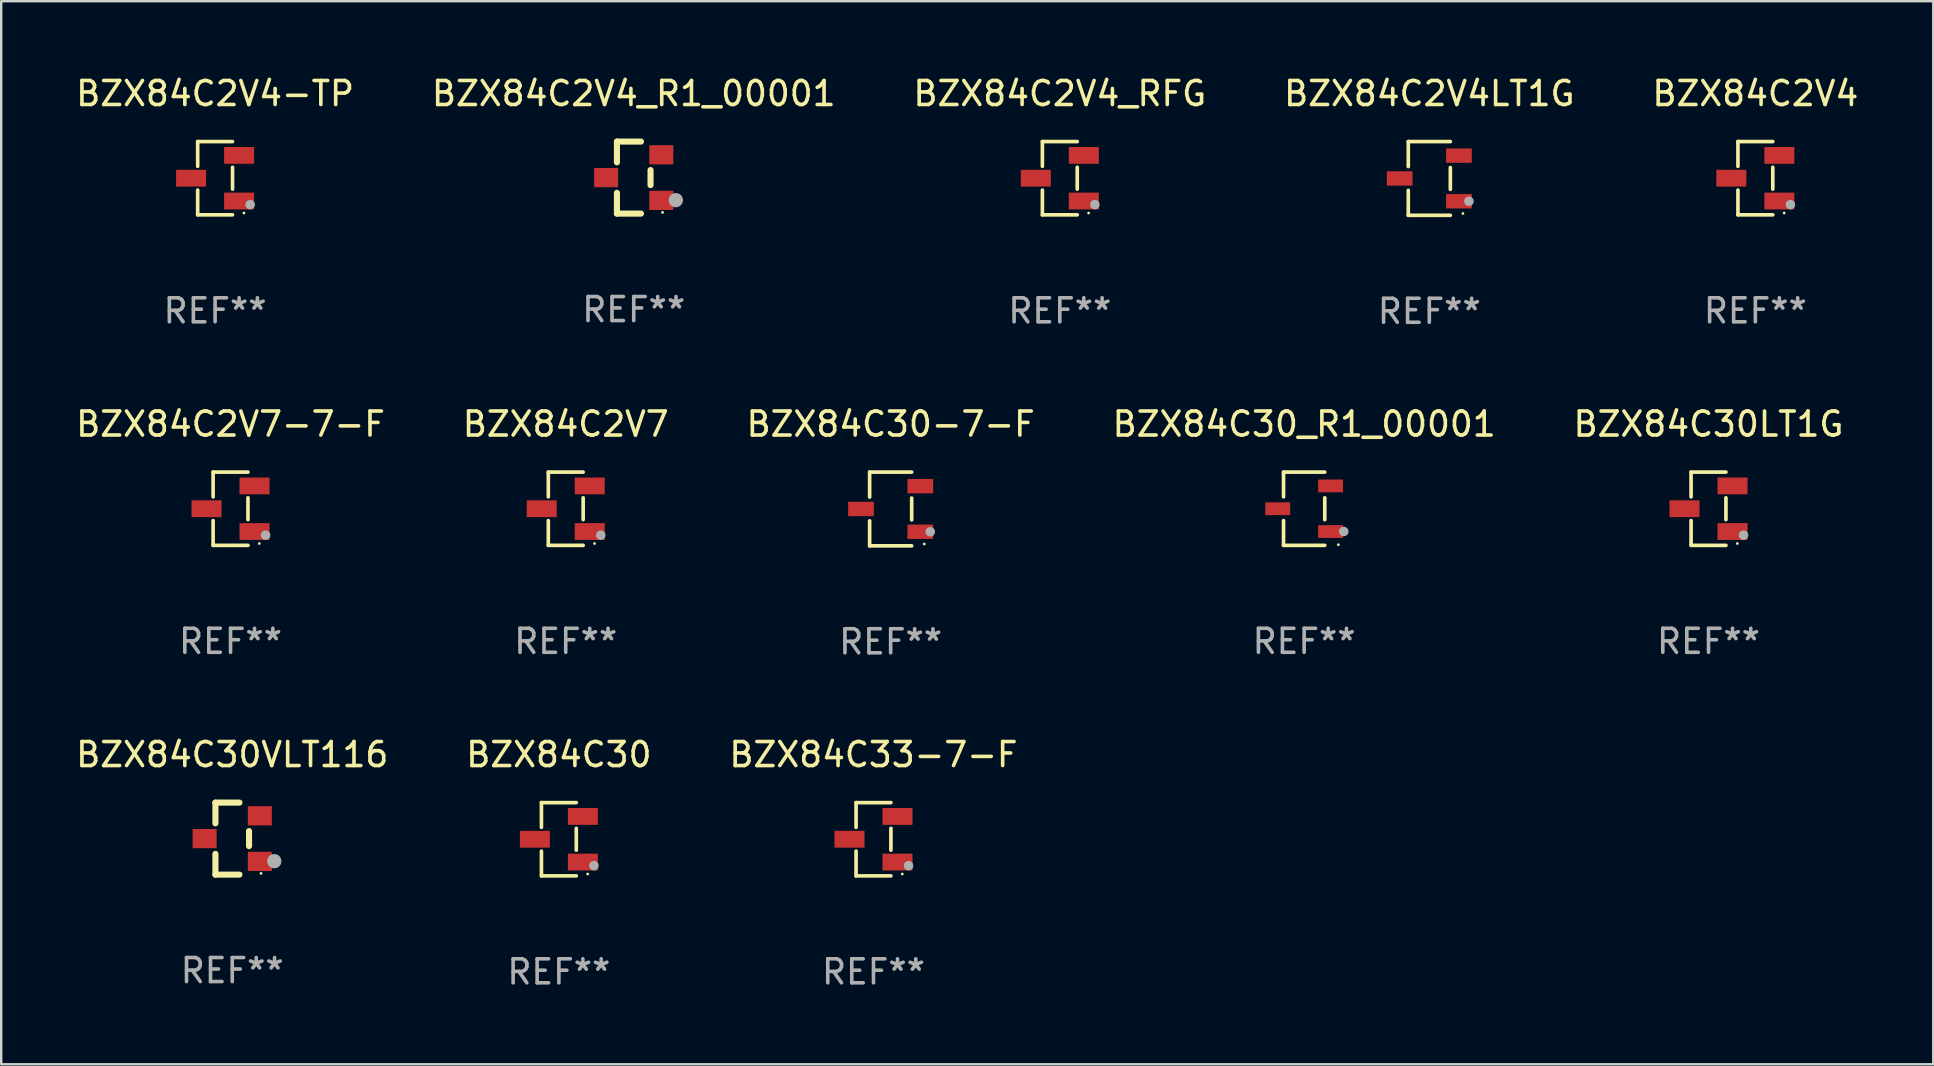
<source format=kicad_pcb>
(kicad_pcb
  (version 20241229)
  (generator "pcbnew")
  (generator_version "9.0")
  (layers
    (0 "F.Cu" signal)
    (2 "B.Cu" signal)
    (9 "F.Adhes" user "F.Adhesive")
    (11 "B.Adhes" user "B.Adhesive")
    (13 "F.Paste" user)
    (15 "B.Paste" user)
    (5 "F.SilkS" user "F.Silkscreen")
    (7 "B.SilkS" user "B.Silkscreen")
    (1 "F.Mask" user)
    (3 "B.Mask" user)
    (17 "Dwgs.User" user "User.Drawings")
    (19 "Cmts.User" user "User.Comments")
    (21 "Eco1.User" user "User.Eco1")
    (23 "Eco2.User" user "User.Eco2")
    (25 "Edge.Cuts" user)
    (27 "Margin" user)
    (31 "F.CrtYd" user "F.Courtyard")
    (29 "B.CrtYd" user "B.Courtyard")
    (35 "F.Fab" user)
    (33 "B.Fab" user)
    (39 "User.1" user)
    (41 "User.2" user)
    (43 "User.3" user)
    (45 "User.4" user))
  (footprint "BZX84C30VLT116"
    (layer "F.Cu")
    (at 6.625 31.886)
    (property "Reference" "BZX84C30VLT116" (at 0 -3.5 0) (layer "F.SilkS") (effects (font (size 1 1) (thickness 0.15))))
    (attr through_hole)
    (fp_line (start -0.7 -1.5) (end 0.3 -1.5) (stroke (width 0.254) (type solid)) (layer "F.SilkS"))
    (fp_line (start -0.7 -0.636) (end -0.7 -1.5) (stroke (width 0.254) (type solid)) (layer "F.SilkS"))
    (fp_line (start -0.7 1.5) (end -0.7 0.636) (stroke (width 0.254) (type solid)) (layer "F.SilkS"))
    (fp_line (start -0.7 1.5) (end 0.3 1.5) (stroke (width 0.254) (type solid)) (layer "F.SilkS"))
    (fp_line (start 0.7 0.314) (end 0.7 -0.314) (stroke (width 0.254) (type solid)) (layer "F.SilkS"))
    (fp_circle (center 1.2 1.45) (end 1.23 1.45) (stroke (width 0.06) (type solid)) (fill no) (layer "F.SilkS"))
    (fp_circle (center 1.753 0.94) (end 1.903 0.94) (stroke (width 0.3) (type solid)) (fill no) (layer "F.Fab"))
    (fp_text user "REF**" (at 0 5.5 0) (layer "F.Fab") (effects (font (size 1 1) (thickness 0.15))))
    (pad "1" smd rect (at 1.15 0.95 180) (size 1 0.8) (layers "F.Cu" "F.Mask" "F.Paste"))
    (pad "2" smd rect (at 1.15 -0.95 180) (size 1 0.8) (layers "F.Cu" "F.Mask" "F.Paste"))
    (pad "3" smd rect (at -1.15 -0.000051 180) (size 1 0.8) (layers "F.Cu" "F.Mask" "F.Paste")))
  (footprint "BZX84C2V4-TP"
    (layer "F.Cu")
    (at 5.911 4.374)
    (property "Reference" "BZX84C2V4-TP" (at 0 -3.526 0) (layer "F.SilkS") (effects (font (size 1 1) (thickness 0.15))))
    (attr through_hole)
    (fp_line (start -0.726 -1.526) (end -0.726 -0.495) (stroke (width 0.152) (type solid)) (layer "F.SilkS"))
    (fp_line (start -0.726 1.526) (end -0.726 0.495) (stroke (width 0.152) (type solid)) (layer "F.SilkS"))
    (fp_line (start 0.726 -1.526) (end -0.726 -1.526) (stroke (width 0.152) (type solid)) (layer "F.SilkS"))
    (fp_line (start 0.726 -0.455) (end 0.726 0.455) (stroke (width 0.152) (type solid)) (layer "F.SilkS"))
    (fp_line (start 0.726 1.526) (end -0.726 1.526) (stroke (width 0.152) (type solid)) (layer "F.SilkS"))
    (fp_circle (center 1.2 1.45) (end 1.23 1.45) (stroke (width 0.06) (type solid)) (fill no) (layer "F.SilkS"))
    (fp_circle (center 1.46 1.1) (end 1.56 1.1) (stroke (width 0.2) (type solid)) (fill no) (layer "F.Fab"))
    (fp_text user "REF**" (at 0 5.526 0) (layer "F.Fab") (effects (font (size 1 1) (thickness 0.15))))
    (pad "1" smd rect (at 1 0.95) (size 1.25 0.7) (layers "F.Cu" "F.Mask" "F.Paste"))
    (pad "2" smd rect (at 1 -0.95) (size 1.25 0.7) (layers "F.Cu" "F.Mask" "F.Paste"))
    (pad "3" smd rect (at -1 0) (size 1.25 0.7) (layers "F.Cu" "F.Mask" "F.Paste")))
  (footprint "BZX84C2V7"
    (layer "F.Cu")
    (at 20.518 18.143)
    (property "Reference" "BZX84C2V7" (at 0 -3.526 0) (layer "F.SilkS") (effects (font (size 1 1) (thickness 0.15))))
    (attr through_hole)
    (fp_line (start -0.726 -1.526) (end -0.726 -0.495) (stroke (width 0.152) (type solid)) (layer "F.SilkS"))
    (fp_line (start -0.726 1.526) (end -0.726 0.495) (stroke (width 0.152) (type solid)) (layer "F.SilkS"))
    (fp_line (start 0.726 -1.526) (end -0.726 -1.526) (stroke (width 0.152) (type solid)) (layer "F.SilkS"))
    (fp_line (start 0.726 -0.455) (end 0.726 0.455) (stroke (width 0.152) (type solid)) (layer "F.SilkS"))
    (fp_line (start 0.726 1.526) (end -0.726 1.526) (stroke (width 0.152) (type solid)) (layer "F.SilkS"))
    (fp_circle (center 1.2 1.45) (end 1.23 1.45) (stroke (width 0.06) (type solid)) (fill no) (layer "F.SilkS"))
    (fp_circle (center 1.46 1.1) (end 1.56 1.1) (stroke (width 0.2) (type solid)) (fill no) (layer "F.Fab"))
    (fp_text user "REF**" (at 0 5.526 0) (layer "F.Fab") (effects (font (size 1 1) (thickness 0.15))))
    (pad "1" smd rect (at 1 0.95) (size 1.25 0.7) (layers "F.Cu" "F.Mask" "F.Paste"))
    (pad "2" smd rect (at 1 -0.95) (size 1.25 0.7) (layers "F.Cu" "F.Mask" "F.Paste"))
    (pad "3" smd rect (at -1 0) (size 1.25 0.7) (layers "F.Cu" "F.Mask" "F.Paste")))
  (footprint "BZX84C2V4_RFG"
    (layer "F.Cu")
    (at 41.101 4.374)
    (property "Reference" "BZX84C2V4_RFG" (at 0 -3.526 0) (layer "F.SilkS") (effects (font (size 1 1) (thickness 0.15))))
    (attr through_hole)
    (fp_line (start -0.726 -1.526) (end -0.726 -0.495) (stroke (width 0.152) (type solid)) (layer "F.SilkS"))
    (fp_line (start -0.726 1.526) (end -0.726 0.495) (stroke (width 0.152) (type solid)) (layer "F.SilkS"))
    (fp_line (start 0.726 -1.526) (end -0.726 -1.526) (stroke (width 0.152) (type solid)) (layer "F.SilkS"))
    (fp_line (start 0.726 -0.455) (end 0.726 0.455) (stroke (width 0.152) (type solid)) (layer "F.SilkS"))
    (fp_line (start 0.726 1.526) (end -0.726 1.526) (stroke (width 0.152) (type solid)) (layer "F.SilkS"))
    (fp_circle (center 1.2 1.45) (end 1.23 1.45) (stroke (width 0.06) (type solid)) (fill no) (layer "F.SilkS"))
    (fp_circle (center 1.46 1.1) (end 1.56 1.1) (stroke (width 0.2) (type solid)) (fill no) (layer "F.Fab"))
    (fp_text user "REF**" (at 0 5.526 0) (layer "F.Fab") (effects (font (size 1 1) (thickness 0.15))))
    (pad "1" smd rect (at 1 0.95) (size 1.25 0.7) (layers "F.Cu" "F.Mask" "F.Paste"))
    (pad "2" smd rect (at 1 -0.95) (size 1.25 0.7) (layers "F.Cu" "F.Mask" "F.Paste"))
    (pad "3" smd rect (at -1 0) (size 1.25 0.7) (layers "F.Cu" "F.Mask" "F.Paste")))
  (footprint "BZX84C30_R1_00001"
    (layer "F.Cu")
    (at 51.28 18.143)
    (property "Reference" "BZX84C30_R1_00001" (at 0 -3.526 0) (layer "F.SilkS") (effects (font (size 1 1) (thickness 0.15))))
    (attr through_hole)
    (fp_line (start -0.859 -1.526) (end -0.859 -0.495) (stroke (width 0.152) (type solid)) (layer "F.SilkS"))
    (fp_line (start -0.859 1.526) (end -0.859 0.495) (stroke (width 0.152) (type solid)) (layer "F.SilkS"))
    (fp_line (start 0.859 -1.526) (end -0.859 -1.526) (stroke (width 0.152) (type solid)) (layer "F.SilkS"))
    (fp_line (start 0.859 -0.455) (end 0.859 0.455) (stroke (width 0.152) (type solid)) (layer "F.SilkS"))
    (fp_line (start 0.859 1.526) (end -0.859 1.526) (stroke (width 0.152) (type solid)) (layer "F.SilkS"))
    (fp_circle (center 1.425 1.5) (end 1.455 1.5) (stroke (width 0.06) (type solid)) (fill no) (layer "F.SilkS"))
    (fp_circle (center 1.65 0.95) (end 1.75 0.95) (stroke (width 0.2) (type solid)) (fill no) (layer "F.Fab"))
    (fp_text user "REF**" (at 0 5.526 0) (layer "F.Fab") (effects (font (size 1 1) (thickness 0.15))))
    (pad "1" smd rect (at 1.101 0.95) (size 1.037 0.532) (layers "F.Cu" "F.Mask" "F.Paste"))
    (pad "2" smd rect (at 1.101 -0.95) (size 1.037 0.532) (layers "F.Cu" "F.Mask" "F.Paste"))
    (pad "3" smd rect (at -1.101 0) (size 1.037 0.532) (layers "F.Cu" "F.Mask" "F.Paste")))
  (footprint "BZX84C2V7-7-F"
    (layer "F.Cu")
    (at 6.554 18.143)
    (property "Reference" "BZX84C2V7-7-F" (at 0 -3.526 0) (layer "F.SilkS") (effects (font (size 1 1) (thickness 0.15))))
    (attr through_hole)
    (fp_line (start -0.726 -1.526) (end -0.726 -0.495) (stroke (width 0.152) (type solid)) (layer "F.SilkS"))
    (fp_line (start -0.726 1.526) (end -0.726 0.495) (stroke (width 0.152) (type solid)) (layer "F.SilkS"))
    (fp_line (start 0.726 -1.526) (end -0.726 -1.526) (stroke (width 0.152) (type solid)) (layer "F.SilkS"))
    (fp_line (start 0.726 -0.455) (end 0.726 0.455) (stroke (width 0.152) (type solid)) (layer "F.SilkS"))
    (fp_line (start 0.726 1.526) (end -0.726 1.526) (stroke (width 0.152) (type solid)) (layer "F.SilkS"))
    (fp_circle (center 1.2 1.45) (end 1.23 1.45) (stroke (width 0.06) (type solid)) (fill no) (layer "F.SilkS"))
    (fp_circle (center 1.46 1.1) (end 1.56 1.1) (stroke (width 0.2) (type solid)) (fill no) (layer "F.Fab"))
    (fp_text user "REF**" (at 0 5.526 0) (layer "F.Fab") (effects (font (size 1 1) (thickness 0.15))))
    (pad "1" smd rect (at 1 0.95) (size 1.25 0.7) (layers "F.Cu" "F.Mask" "F.Paste"))
    (pad "2" smd rect (at 1 -0.95) (size 1.25 0.7) (layers "F.Cu" "F.Mask" "F.Paste"))
    (pad "3" smd rect (at -1 0) (size 1.25 0.7) (layers "F.Cu" "F.Mask" "F.Paste")))
  (footprint "BZX84C2V4"
    (layer "F.Cu")
    (at 70.077 4.374)
    (property "Reference" "BZX84C2V4" (at 0 -3.526 0) (layer "F.SilkS") (effects (font (size 1 1) (thickness 0.15))))
    (attr through_hole)
    (fp_line (start -0.726 -1.526) (end -0.726 -0.495) (stroke (width 0.152) (type solid)) (layer "F.SilkS"))
    (fp_line (start -0.726 1.526) (end -0.726 0.495) (stroke (width 0.152) (type solid)) (layer "F.SilkS"))
    (fp_line (start 0.726 -1.526) (end -0.726 -1.526) (stroke (width 0.152) (type solid)) (layer "F.SilkS"))
    (fp_line (start 0.726 -0.455) (end 0.726 0.455) (stroke (width 0.152) (type solid)) (layer "F.SilkS"))
    (fp_line (start 0.726 1.526) (end -0.726 1.526) (stroke (width 0.152) (type solid)) (layer "F.SilkS"))
    (fp_circle (center 1.2 1.45) (end 1.23 1.45) (stroke (width 0.06) (type solid)) (fill no) (layer "F.SilkS"))
    (fp_circle (center 1.46 1.1) (end 1.56 1.1) (stroke (width 0.2) (type solid)) (fill no) (layer "F.Fab"))
    (fp_text user "REF**" (at 0 5.526 0) (layer "F.Fab") (effects (font (size 1 1) (thickness 0.15))))
    (pad "1" smd rect (at 1 0.95) (size 1.25 0.7) (layers "F.Cu" "F.Mask" "F.Paste"))
    (pad "2" smd rect (at 1 -0.95) (size 1.25 0.7) (layers "F.Cu" "F.Mask" "F.Paste"))
    (pad "3" smd rect (at -1 0) (size 1.25 0.7) (layers "F.Cu" "F.Mask" "F.Paste")))
  (footprint "BZX84C2V4LT1G"
    (layer "F.Cu")
    (at 56.494 4.384)
    (property "Reference" "BZX84C2V4LT1G" (at 0 -3.536 0) (layer "F.SilkS") (effects (font (size 1 1) (thickness 0.15))))
    (attr through_hole)
    (fp_line (start -0.876 -1.536) (end -0.876 -0.495) (stroke (width 0.152) (type solid)) (layer "F.SilkS"))
    (fp_line (start -0.876 1.536) (end -0.876 0.495) (stroke (width 0.152) (type solid)) (layer "F.SilkS"))
    (fp_line (start 0.876 -1.536) (end -0.876 -1.536) (stroke (width 0.152) (type solid)) (layer "F.SilkS"))
    (fp_line (start 0.876 -0.455) (end 0.876 0.455) (stroke (width 0.152) (type solid)) (layer "F.SilkS"))
    (fp_line (start 0.876 1.536) (end -0.876 1.536) (stroke (width 0.152) (type solid)) (layer "F.SilkS"))
    (fp_circle (center 1.4 1.46) (end 1.43 1.46) (stroke (width 0.06) (type solid)) (fill no) (layer "F.SilkS"))
    (fp_circle (center 1.651 0.95) (end 1.751 0.95) (stroke (width 0.2) (type solid)) (fill no) (layer "F.Fab"))
    (fp_text user "REF**" (at 0 5.536 0) (layer "F.Fab") (effects (font (size 1 1) (thickness 0.15))))
    (pad "1" smd rect (at 1.235 0.95) (size 1.07 0.6) (layers "F.Cu" "F.Mask" "F.Paste"))
    (pad "2" smd rect (at 1.235 -0.95) (size 1.07 0.6) (layers "F.Cu" "F.Mask" "F.Paste"))
    (pad "3" smd rect (at -1.235 0) (size 1.07 0.6) (layers "F.Cu" "F.Mask" "F.Paste")))
  (footprint "BZX84C2V4_R1_00001"
    (layer "F.Cu")
    (at 23.351 4.348)
    (property "Reference" "BZX84C2V4_R1_00001" (at 0 -3.5 0) (layer "F.SilkS") (effects (font (size 1 1) (thickness 0.15))))
    (attr through_hole)
    (fp_line (start -0.7 -1.5) (end 0.3 -1.5) (stroke (width 0.254) (type solid)) (layer "F.SilkS"))
    (fp_line (start -0.7 -0.636) (end -0.7 -1.5) (stroke (width 0.254) (type solid)) (layer "F.SilkS"))
    (fp_line (start -0.7 1.5) (end -0.7 0.636) (stroke (width 0.254) (type solid)) (layer "F.SilkS"))
    (fp_line (start -0.7 1.5) (end 0.3 1.5) (stroke (width 0.254) (type solid)) (layer "F.SilkS"))
    (fp_line (start 0.7 0.314) (end 0.7 -0.314) (stroke (width 0.254) (type solid)) (layer "F.SilkS"))
    (fp_circle (center 1.2 1.45) (end 1.23 1.45) (stroke (width 0.06) (type solid)) (fill no) (layer "F.SilkS"))
    (fp_circle (center 1.753 0.94) (end 1.903 0.94) (stroke (width 0.3) (type solid)) (fill no) (layer "F.Fab"))
    (fp_text user "REF**" (at 0 5.5 0) (layer "F.Fab") (effects (font (size 1 1) (thickness 0.15))))
    (pad "1" smd rect (at 1.15 0.95 180) (size 1 0.8) (layers "F.Cu" "F.Mask" "F.Paste"))
    (pad "2" smd rect (at 1.15 -0.95 180) (size 1 0.8) (layers "F.Cu" "F.Mask" "F.Paste"))
    (pad "3" smd rect (at -1.15 -0.000051 180) (size 1 0.8) (layers "F.Cu" "F.Mask" "F.Paste")))
  (footprint "BZX84C30"
    (layer "F.Cu")
    (at 20.232 31.912)
    (property "Reference" "BZX84C30" (at 0 -3.526 0) (layer "F.SilkS") (effects (font (size 1 1) (thickness 0.15))))
    (attr through_hole)
    (fp_line (start -0.726 -1.526) (end -0.726 -0.495) (stroke (width 0.152) (type solid)) (layer "F.SilkS"))
    (fp_line (start -0.726 1.526) (end -0.726 0.495) (stroke (width 0.152) (type solid)) (layer "F.SilkS"))
    (fp_line (start 0.726 -1.526) (end -0.726 -1.526) (stroke (width 0.152) (type solid)) (layer "F.SilkS"))
    (fp_line (start 0.726 -0.455) (end 0.726 0.455) (stroke (width 0.152) (type solid)) (layer "F.SilkS"))
    (fp_line (start 0.726 1.526) (end -0.726 1.526) (stroke (width 0.152) (type solid)) (layer "F.SilkS"))
    (fp_circle (center 1.2 1.45) (end 1.23 1.45) (stroke (width 0.06) (type solid)) (fill no) (layer "F.SilkS"))
    (fp_circle (center 1.46 1.1) (end 1.56 1.1) (stroke (width 0.2) (type solid)) (fill no) (layer "F.Fab"))
    (fp_text user "REF**" (at 0 5.526 0) (layer "F.Fab") (effects (font (size 1 1) (thickness 0.15))))
    (pad "1" smd rect (at 1 0.95) (size 1.25 0.7) (layers "F.Cu" "F.Mask" "F.Paste"))
    (pad "2" smd rect (at 1 -0.95) (size 1.25 0.7) (layers "F.Cu" "F.Mask" "F.Paste"))
    (pad "3" smd rect (at -1 0) (size 1.25 0.7) (layers "F.Cu" "F.Mask" "F.Paste")))
  (footprint "BZX84C33-7-F"
    (layer "F.Cu")
    (at 33.339 31.912)
    (property "Reference" "BZX84C33-7-F" (at 0 -3.526 0) (layer "F.SilkS") (effects (font (size 1 1) (thickness 0.15))))
    (attr through_hole)
    (fp_line (start -0.726 -1.526) (end -0.726 -0.495) (stroke (width 0.152) (type solid)) (layer "F.SilkS"))
    (fp_line (start -0.726 1.526) (end -0.726 0.495) (stroke (width 0.152) (type solid)) (layer "F.SilkS"))
    (fp_line (start 0.726 -1.526) (end -0.726 -1.526) (stroke (width 0.152) (type solid)) (layer "F.SilkS"))
    (fp_line (start 0.726 -0.455) (end 0.726 0.455) (stroke (width 0.152) (type solid)) (layer "F.SilkS"))
    (fp_line (start 0.726 1.526) (end -0.726 1.526) (stroke (width 0.152) (type solid)) (layer "F.SilkS"))
    (fp_circle (center 1.2 1.45) (end 1.23 1.45) (stroke (width 0.06) (type solid)) (fill no) (layer "F.SilkS"))
    (fp_circle (center 1.46 1.1) (end 1.56 1.1) (stroke (width 0.2) (type solid)) (fill no) (layer "F.Fab"))
    (fp_text user "REF**" (at 0 5.526 0) (layer "F.Fab") (effects (font (size 1 1) (thickness 0.15))))
    (pad "1" smd rect (at 1 0.95) (size 1.25 0.7) (layers "F.Cu" "F.Mask" "F.Paste"))
    (pad "2" smd rect (at 1 -0.95) (size 1.25 0.7) (layers "F.Cu" "F.Mask" "F.Paste"))
    (pad "3" smd rect (at -1 0) (size 1.25 0.7) (layers "F.Cu" "F.Mask" "F.Paste")))
  (footprint "BZX84C30-7-F"
    (layer "F.Cu")
    (at 34.054 18.153)
    (property "Reference" "BZX84C30-7-F" (at 0 -3.536 0) (layer "F.SilkS") (effects (font (size 1 1) (thickness 0.15))))
    (attr through_hole)
    (fp_line (start -0.876 -1.536) (end -0.876 -0.495) (stroke (width 0.152) (type solid)) (layer "F.SilkS"))
    (fp_line (start -0.876 1.536) (end -0.876 0.495) (stroke (width 0.152) (type solid)) (layer "F.SilkS"))
    (fp_line (start 0.876 -1.536) (end -0.876 -1.536) (stroke (width 0.152) (type solid)) (layer "F.SilkS"))
    (fp_line (start 0.876 -0.455) (end 0.876 0.455) (stroke (width 0.152) (type solid)) (layer "F.SilkS"))
    (fp_line (start 0.876 1.536) (end -0.876 1.536) (stroke (width 0.152) (type solid)) (layer "F.SilkS"))
    (fp_circle (center 1.4 1.46) (end 1.43 1.46) (stroke (width 0.06) (type solid)) (fill no) (layer "F.SilkS"))
    (fp_circle (center 1.651 0.95) (end 1.751 0.95) (stroke (width 0.2) (type solid)) (fill no) (layer "F.Fab"))
    (fp_text user "REF**" (at 0 5.536 0) (layer "F.Fab") (effects (font (size 1 1) (thickness 0.15))))
    (pad "1" smd rect (at 1.235 0.95) (size 1.07 0.6) (layers "F.Cu" "F.Mask" "F.Paste"))
    (pad "2" smd rect (at 1.235 -0.95) (size 1.07 0.6) (layers "F.Cu" "F.Mask" "F.Paste"))
    (pad "3" smd rect (at -1.235 0) (size 1.07 0.6) (layers "F.Cu" "F.Mask" "F.Paste")))
  (footprint "BZX84C30LT1G"
    (layer "F.Cu")
    (at 68.125 18.143)
    (property "Reference" "BZX84C30LT1G" (at 0 -3.526 0) (layer "F.SilkS") (effects (font (size 1 1) (thickness 0.15))))
    (attr through_hole)
    (fp_line (start -0.726 -1.526) (end -0.726 -0.495) (stroke (width 0.152) (type solid)) (layer "F.SilkS"))
    (fp_line (start -0.726 1.526) (end -0.726 0.495) (stroke (width 0.152) (type solid)) (layer "F.SilkS"))
    (fp_line (start 0.726 -1.526) (end -0.726 -1.526) (stroke (width 0.152) (type solid)) (layer "F.SilkS"))
    (fp_line (start 0.726 -0.455) (end 0.726 0.455) (stroke (width 0.152) (type solid)) (layer "F.SilkS"))
    (fp_line (start 0.726 1.526) (end -0.726 1.526) (stroke (width 0.152) (type solid)) (layer "F.SilkS"))
    (fp_circle (center 1.2 1.45) (end 1.23 1.45) (stroke (width 0.06) (type solid)) (fill no) (layer "F.SilkS"))
    (fp_circle (center 1.46 1.1) (end 1.56 1.1) (stroke (width 0.2) (type solid)) (fill no) (layer "F.Fab"))
    (fp_text user "REF**" (at 0 5.526 0) (layer "F.Fab") (effects (font (size 1 1) (thickness 0.15))))
    (pad "1" smd rect (at 1 0.95) (size 1.25 0.7) (layers "F.Cu" "F.Mask" "F.Paste"))
    (pad "2" smd rect (at 1 -0.95) (size 1.25 0.7) (layers "F.Cu" "F.Mask" "F.Paste"))
    (pad "3" smd rect (at -1 0) (size 1.25 0.7) (layers "F.Cu" "F.Mask" "F.Paste")))
  (gr_rect
    (start -3 -3)
    (end 77.488 41.287)
    (stroke (width 0.1) (type default))
    (fill no)
    (layer "Edge.Cuts")))
</source>
